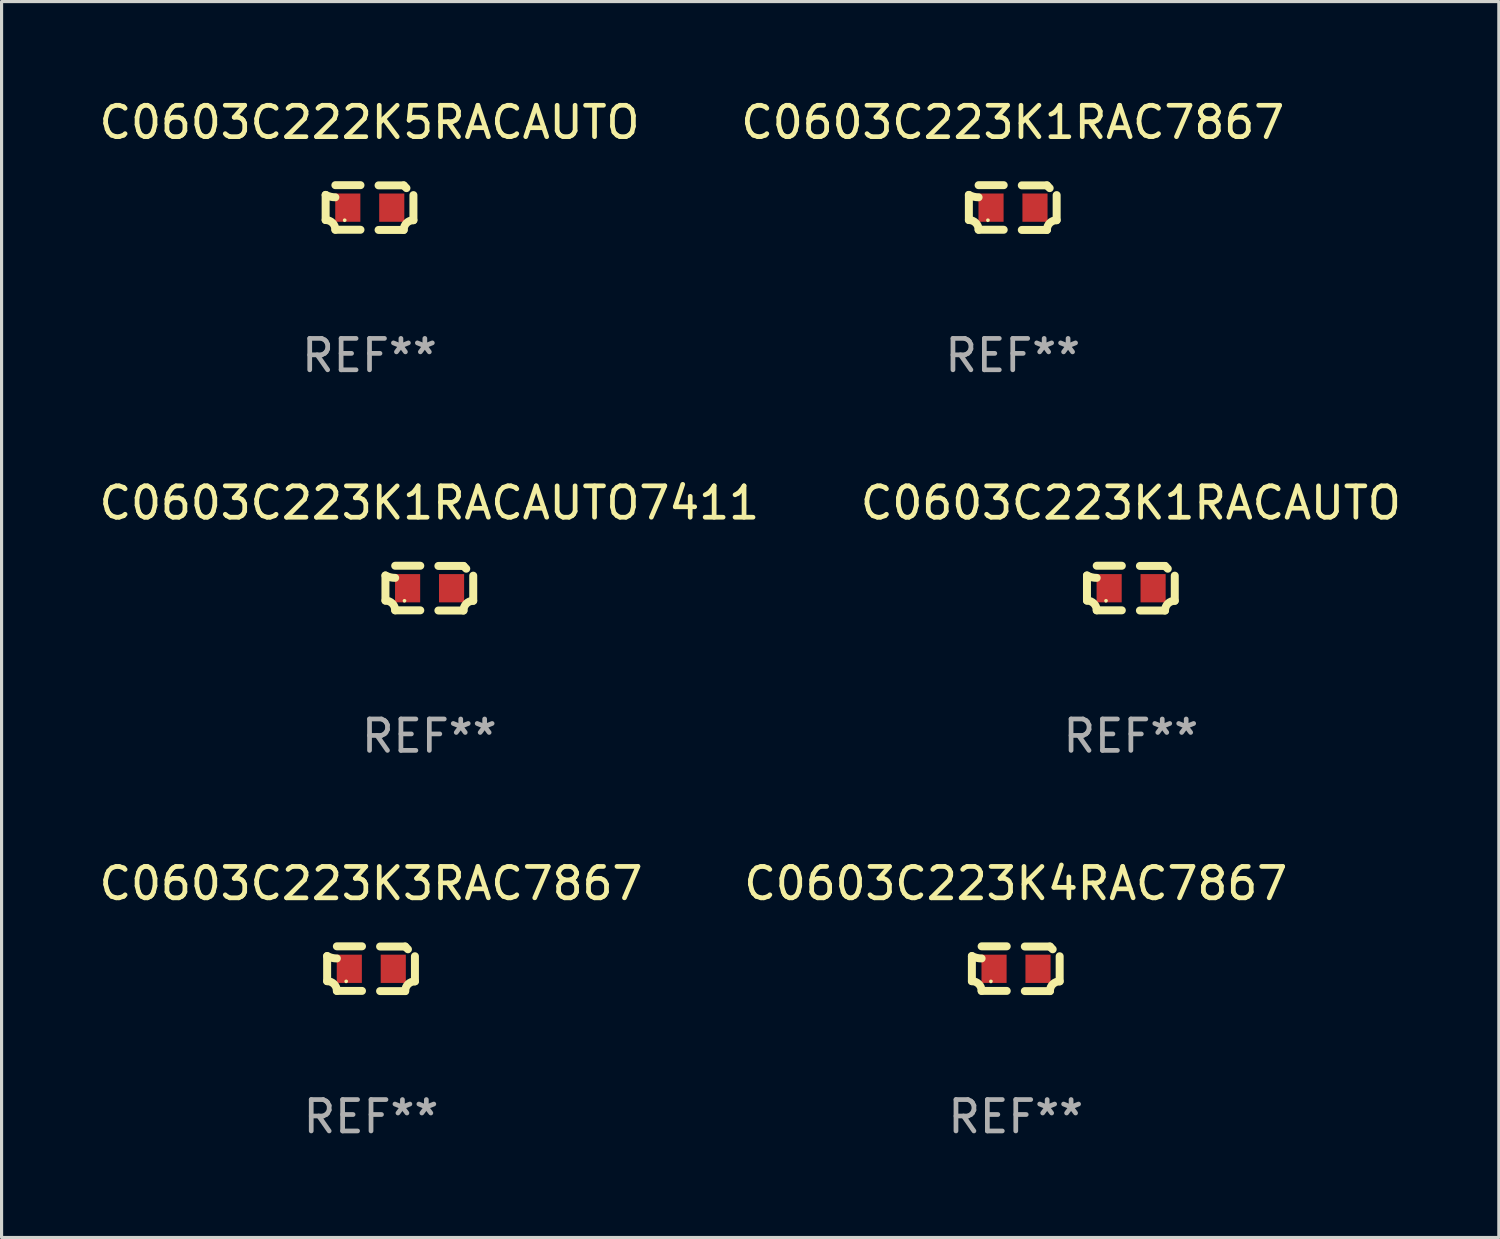
<source format=kicad_pcb>
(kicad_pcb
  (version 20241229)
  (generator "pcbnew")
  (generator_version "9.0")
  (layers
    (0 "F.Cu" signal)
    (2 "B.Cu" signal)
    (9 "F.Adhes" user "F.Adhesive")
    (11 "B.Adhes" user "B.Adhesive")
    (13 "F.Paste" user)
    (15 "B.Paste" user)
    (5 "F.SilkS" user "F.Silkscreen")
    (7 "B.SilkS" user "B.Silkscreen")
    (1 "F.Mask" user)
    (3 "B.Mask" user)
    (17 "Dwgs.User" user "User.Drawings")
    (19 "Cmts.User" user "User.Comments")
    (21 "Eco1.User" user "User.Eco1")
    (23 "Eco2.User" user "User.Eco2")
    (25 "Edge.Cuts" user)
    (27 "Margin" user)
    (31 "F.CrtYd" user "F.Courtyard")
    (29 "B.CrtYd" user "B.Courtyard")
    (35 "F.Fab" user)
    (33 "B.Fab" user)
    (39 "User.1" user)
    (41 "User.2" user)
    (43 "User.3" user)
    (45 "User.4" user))
  (footprint "C0603C223K1RAC7867"
    (layer "F.Cu")
    (at 29.208 3.561)
    (property "Reference" "C0603C223K1RAC7867" (at 0 -2.713 0) (layer "F.SilkS") (effects (font (size 1 1) (thickness 0.15))))
    (attr through_hole)
    (fp_line (start -1.398 -0.403) (end -1.398 0.397) (stroke (width 0.254) (type solid)) (layer "F.SilkS"))
    (fp_line (start -0.288 -0.713) (end -1.088 -0.713) (stroke (width 0.254) (type solid)) (layer "F.SilkS"))
    (fp_line (start -0.288 0.707) (end -1.088 0.707) (stroke (width 0.254) (type solid)) (layer "F.SilkS"))
    (fp_line (start 0.288 -0.707) (end 1.088 -0.707) (stroke (width 0.254) (type solid)) (layer "F.SilkS"))
    (fp_line (start 0.288 0.713) (end 1.088 0.713) (stroke (width 0.254) (type solid)) (layer "F.SilkS"))
    (fp_line (start 1.398 -0.397) (end 1.398 0.403) (stroke (width 0.254) (type solid)) (layer "F.SilkS"))
    (fp_arc (start -1.397789 0.397066) (mid -1.178701 0.487826) (end -1.08796 0.706922) (stroke (width 0.254001) (type solid)) (layer "F.SilkS"))
    (fp_arc (start -1.08796 -0.327176) (mid -1.247436 -0.346384) (end -1.39779 -0.402908) (stroke (width 0.254001) (type solid)) (layer "F.SilkS"))
    (fp_arc (start 1.087909 0.712738) (mid 1.178656 0.493655) (end 1.397739 0.402908) (stroke (width 0.254001) (type solid)) (layer "F.SilkS"))
    (fp_arc (start 1.175925 -0.618926) (mid 1.131917 -0.662923) (end 1.08791 -0.706922) (stroke (width 0.254001) (type solid)) (layer "F.SilkS"))
    (fp_circle (center -0.792 0.403) (end -0.762 0.403) (stroke (width 0.06) (type solid)) (fill no) (layer "F.SilkS"))
    (fp_text user "REF**" (at 0 4.713 0) (layer "F.Fab") (effects (font (size 1 1) (thickness 0.15))))
    (pad "1" smd rect (at -0.692 0.003) (size 0.8 0.9) (layers "F.Cu" "F.Mask" "F.Paste"))
    (pad "2" smd rect (at 0.708 0.003) (size 0.8 0.9) (layers "F.Cu" "F.Mask" "F.Paste")))
  (footprint "C0603C223K4RAC7867"
    (layer "F.Cu")
    (at 29.304 27.805)
    (property "Reference" "C0603C223K4RAC7867" (at 0 -2.713 0) (layer "F.SilkS") (effects (font (size 1 1) (thickness 0.15))))
    (attr through_hole)
    (fp_line (start -1.398 -0.403) (end -1.398 0.397) (stroke (width 0.254) (type solid)) (layer "F.SilkS"))
    (fp_line (start -0.288 -0.713) (end -1.088 -0.713) (stroke (width 0.254) (type solid)) (layer "F.SilkS"))
    (fp_line (start -0.288 0.707) (end -1.088 0.707) (stroke (width 0.254) (type solid)) (layer "F.SilkS"))
    (fp_line (start 0.288 -0.707) (end 1.088 -0.707) (stroke (width 0.254) (type solid)) (layer "F.SilkS"))
    (fp_line (start 0.288 0.713) (end 1.088 0.713) (stroke (width 0.254) (type solid)) (layer "F.SilkS"))
    (fp_line (start 1.398 -0.397) (end 1.398 0.403) (stroke (width 0.254) (type solid)) (layer "F.SilkS"))
    (fp_arc (start -1.397789 0.397066) (mid -1.178701 0.487826) (end -1.08796 0.706922) (stroke (width 0.254001) (type solid)) (layer "F.SilkS"))
    (fp_arc (start -1.08796 -0.327176) (mid -1.247436 -0.346384) (end -1.39779 -0.402908) (stroke (width 0.254001) (type solid)) (layer "F.SilkS"))
    (fp_arc (start 1.087909 0.712738) (mid 1.178656 0.493655) (end 1.397739 0.402908) (stroke (width 0.254001) (type solid)) (layer "F.SilkS"))
    (fp_arc (start 1.175925 -0.618926) (mid 1.131917 -0.662923) (end 1.08791 -0.706922) (stroke (width 0.254001) (type solid)) (layer "F.SilkS"))
    (fp_circle (center -0.792 0.403) (end -0.762 0.403) (stroke (width 0.06) (type solid)) (fill no) (layer "F.SilkS"))
    (fp_text user "REF**" (at 0 4.713 0) (layer "F.Fab") (effects (font (size 1 1) (thickness 0.15))))
    (pad "1" smd rect (at -0.692 0.003) (size 0.8 0.9) (layers "F.Cu" "F.Mask" "F.Paste"))
    (pad "2" smd rect (at 0.708 0.003) (size 0.8 0.9) (layers "F.Cu" "F.Mask" "F.Paste")))
  (footprint "C0603C222K5RACAUTO"
    (layer "F.Cu")
    (at 8.72 3.561)
    (property "Reference" "C0603C222K5RACAUTO" (at 0 -2.713 0) (layer "F.SilkS") (effects (font (size 1 1) (thickness 0.15))))
    (attr through_hole)
    (fp_line (start -1.398 -0.403) (end -1.398 0.397) (stroke (width 0.254) (type solid)) (layer "F.SilkS"))
    (fp_line (start -0.288 -0.713) (end -1.088 -0.713) (stroke (width 0.254) (type solid)) (layer "F.SilkS"))
    (fp_line (start -0.288 0.707) (end -1.088 0.707) (stroke (width 0.254) (type solid)) (layer "F.SilkS"))
    (fp_line (start 0.288 -0.707) (end 1.088 -0.707) (stroke (width 0.254) (type solid)) (layer "F.SilkS"))
    (fp_line (start 0.288 0.713) (end 1.088 0.713) (stroke (width 0.254) (type solid)) (layer "F.SilkS"))
    (fp_line (start 1.398 -0.397) (end 1.398 0.403) (stroke (width 0.254) (type solid)) (layer "F.SilkS"))
    (fp_arc (start -1.397789 0.397066) (mid -1.178701 0.487826) (end -1.08796 0.706922) (stroke (width 0.254001) (type solid)) (layer "F.SilkS"))
    (fp_arc (start -1.08796 -0.327176) (mid -1.247436 -0.346384) (end -1.39779 -0.402908) (stroke (width 0.254001) (type solid)) (layer "F.SilkS"))
    (fp_arc (start 1.087909 0.712738) (mid 1.178656 0.493655) (end 1.397739 0.402908) (stroke (width 0.254001) (type solid)) (layer "F.SilkS"))
    (fp_arc (start 1.175925 -0.618926) (mid 1.131917 -0.662923) (end 1.08791 -0.706922) (stroke (width 0.254001) (type solid)) (layer "F.SilkS"))
    (fp_circle (center -0.792 0.403) (end -0.762 0.403) (stroke (width 0.06) (type solid)) (fill no) (layer "F.SilkS"))
    (fp_text user "REF**" (at 0 4.713 0) (layer "F.Fab") (effects (font (size 1 1) (thickness 0.15))))
    (pad "1" smd rect (at -0.692 0.003) (size 0.8 0.9) (layers "F.Cu" "F.Mask" "F.Paste"))
    (pad "2" smd rect (at 0.708 0.003) (size 0.8 0.9) (layers "F.Cu" "F.Mask" "F.Paste")))
  (footprint "C0603C223K1RACAUTO"
    (layer "F.Cu")
    (at 32.97 15.683)
    (property "Reference" "C0603C223K1RACAUTO" (at 0 -2.713 0) (layer "F.SilkS") (effects (font (size 1 1) (thickness 0.15))))
    (attr through_hole)
    (fp_line (start -1.398 -0.403) (end -1.398 0.397) (stroke (width 0.254) (type solid)) (layer "F.SilkS"))
    (fp_line (start -0.288 -0.713) (end -1.088 -0.713) (stroke (width 0.254) (type solid)) (layer "F.SilkS"))
    (fp_line (start -0.288 0.707) (end -1.088 0.707) (stroke (width 0.254) (type solid)) (layer "F.SilkS"))
    (fp_line (start 0.288 -0.707) (end 1.088 -0.707) (stroke (width 0.254) (type solid)) (layer "F.SilkS"))
    (fp_line (start 0.288 0.713) (end 1.088 0.713) (stroke (width 0.254) (type solid)) (layer "F.SilkS"))
    (fp_line (start 1.398 -0.397) (end 1.398 0.403) (stroke (width 0.254) (type solid)) (layer "F.SilkS"))
    (fp_arc (start -1.397789 0.397066) (mid -1.178701 0.487826) (end -1.08796 0.706922) (stroke (width 0.254001) (type solid)) (layer "F.SilkS"))
    (fp_arc (start -1.08796 -0.327176) (mid -1.247436 -0.346384) (end -1.39779 -0.402908) (stroke (width 0.254001) (type solid)) (layer "F.SilkS"))
    (fp_arc (start 1.087909 0.712738) (mid 1.178656 0.493655) (end 1.397739 0.402908) (stroke (width 0.254001) (type solid)) (layer "F.SilkS"))
    (fp_arc (start 1.175925 -0.618926) (mid 1.131917 -0.662923) (end 1.08791 -0.706922) (stroke (width 0.254001) (type solid)) (layer "F.SilkS"))
    (fp_circle (center -0.792 0.403) (end -0.762 0.403) (stroke (width 0.06) (type solid)) (fill no) (layer "F.SilkS"))
    (fp_text user "REF**" (at 0 4.713 0) (layer "F.Fab") (effects (font (size 1 1) (thickness 0.15))))
    (pad "1" smd rect (at -0.692 0.003) (size 0.8 0.9) (layers "F.Cu" "F.Mask" "F.Paste"))
    (pad "2" smd rect (at 0.708 0.003) (size 0.8 0.9) (layers "F.Cu" "F.Mask" "F.Paste")))
  (footprint "C0603C223K1RACAUTO7411"
    (layer "F.Cu")
    (at 10.625 15.683)
    (property "Reference" "C0603C223K1RACAUTO7411" (at 0 -2.713 0) (layer "F.SilkS") (effects (font (size 1 1) (thickness 0.15))))
    (attr through_hole)
    (fp_line (start -1.398 -0.403) (end -1.398 0.397) (stroke (width 0.254) (type solid)) (layer "F.SilkS"))
    (fp_line (start -0.288 -0.713) (end -1.088 -0.713) (stroke (width 0.254) (type solid)) (layer "F.SilkS"))
    (fp_line (start -0.288 0.707) (end -1.088 0.707) (stroke (width 0.254) (type solid)) (layer "F.SilkS"))
    (fp_line (start 0.288 -0.707) (end 1.088 -0.707) (stroke (width 0.254) (type solid)) (layer "F.SilkS"))
    (fp_line (start 0.288 0.713) (end 1.088 0.713) (stroke (width 0.254) (type solid)) (layer "F.SilkS"))
    (fp_line (start 1.398 -0.397) (end 1.398 0.403) (stroke (width 0.254) (type solid)) (layer "F.SilkS"))
    (fp_arc (start -1.397789 0.397066) (mid -1.178701 0.487826) (end -1.08796 0.706922) (stroke (width 0.254001) (type solid)) (layer "F.SilkS"))
    (fp_arc (start -1.08796 -0.327176) (mid -1.247436 -0.346384) (end -1.39779 -0.402908) (stroke (width 0.254001) (type solid)) (layer "F.SilkS"))
    (fp_arc (start 1.087909 0.712738) (mid 1.178656 0.493655) (end 1.397739 0.402908) (stroke (width 0.254001) (type solid)) (layer "F.SilkS"))
    (fp_arc (start 1.175925 -0.618926) (mid 1.131917 -0.662923) (end 1.08791 -0.706922) (stroke (width 0.254001) (type solid)) (layer "F.SilkS"))
    (fp_circle (center -0.792 0.403) (end -0.762 0.403) (stroke (width 0.06) (type solid)) (fill no) (layer "F.SilkS"))
    (fp_text user "REF**" (at 0 4.713 0) (layer "F.Fab") (effects (font (size 1 1) (thickness 0.15))))
    (pad "1" smd rect (at -0.692 0.003) (size 0.8 0.9) (layers "F.Cu" "F.Mask" "F.Paste"))
    (pad "2" smd rect (at 0.708 0.003) (size 0.8 0.9) (layers "F.Cu" "F.Mask" "F.Paste")))
  (footprint "C0603C223K3RAC7867"
    (layer "F.Cu")
    (at 8.768 27.805)
    (property "Reference" "C0603C223K3RAC7867" (at 0 -2.713 0) (layer "F.SilkS") (effects (font (size 1 1) (thickness 0.15))))
    (attr through_hole)
    (fp_line (start -1.398 -0.403) (end -1.398 0.397) (stroke (width 0.254) (type solid)) (layer "F.SilkS"))
    (fp_line (start -0.288 -0.713) (end -1.088 -0.713) (stroke (width 0.254) (type solid)) (layer "F.SilkS"))
    (fp_line (start -0.288 0.707) (end -1.088 0.707) (stroke (width 0.254) (type solid)) (layer "F.SilkS"))
    (fp_line (start 0.288 -0.707) (end 1.088 -0.707) (stroke (width 0.254) (type solid)) (layer "F.SilkS"))
    (fp_line (start 0.288 0.713) (end 1.088 0.713) (stroke (width 0.254) (type solid)) (layer "F.SilkS"))
    (fp_line (start 1.398 -0.397) (end 1.398 0.403) (stroke (width 0.254) (type solid)) (layer "F.SilkS"))
    (fp_arc (start -1.397789 0.397066) (mid -1.178701 0.487826) (end -1.08796 0.706922) (stroke (width 0.254001) (type solid)) (layer "F.SilkS"))
    (fp_arc (start -1.08796 -0.327176) (mid -1.247436 -0.346384) (end -1.39779 -0.402908) (stroke (width 0.254001) (type solid)) (layer "F.SilkS"))
    (fp_arc (start 1.087909 0.712738) (mid 1.178656 0.493655) (end 1.397739 0.402908) (stroke (width 0.254001) (type solid)) (layer "F.SilkS"))
    (fp_arc (start 1.175925 -0.618926) (mid 1.131917 -0.662923) (end 1.08791 -0.706922) (stroke (width 0.254001) (type solid)) (layer "F.SilkS"))
    (fp_circle (center -0.792 0.403) (end -0.762 0.403) (stroke (width 0.06) (type solid)) (fill no) (layer "F.SilkS"))
    (fp_text user "REF**" (at 0 4.713 0) (layer "F.Fab") (effects (font (size 1 1) (thickness 0.15))))
    (pad "1" smd rect (at -0.692 0.003) (size 0.8 0.9) (layers "F.Cu" "F.Mask" "F.Paste"))
    (pad "2" smd rect (at 0.708 0.003) (size 0.8 0.9) (layers "F.Cu" "F.Mask" "F.Paste")))
  (gr_rect
    (start -3 -3)
    (end 44.69 36.366)
    (stroke (width 0.1) (type default))
    (fill no)
    (layer "Edge.Cuts")))
</source>
